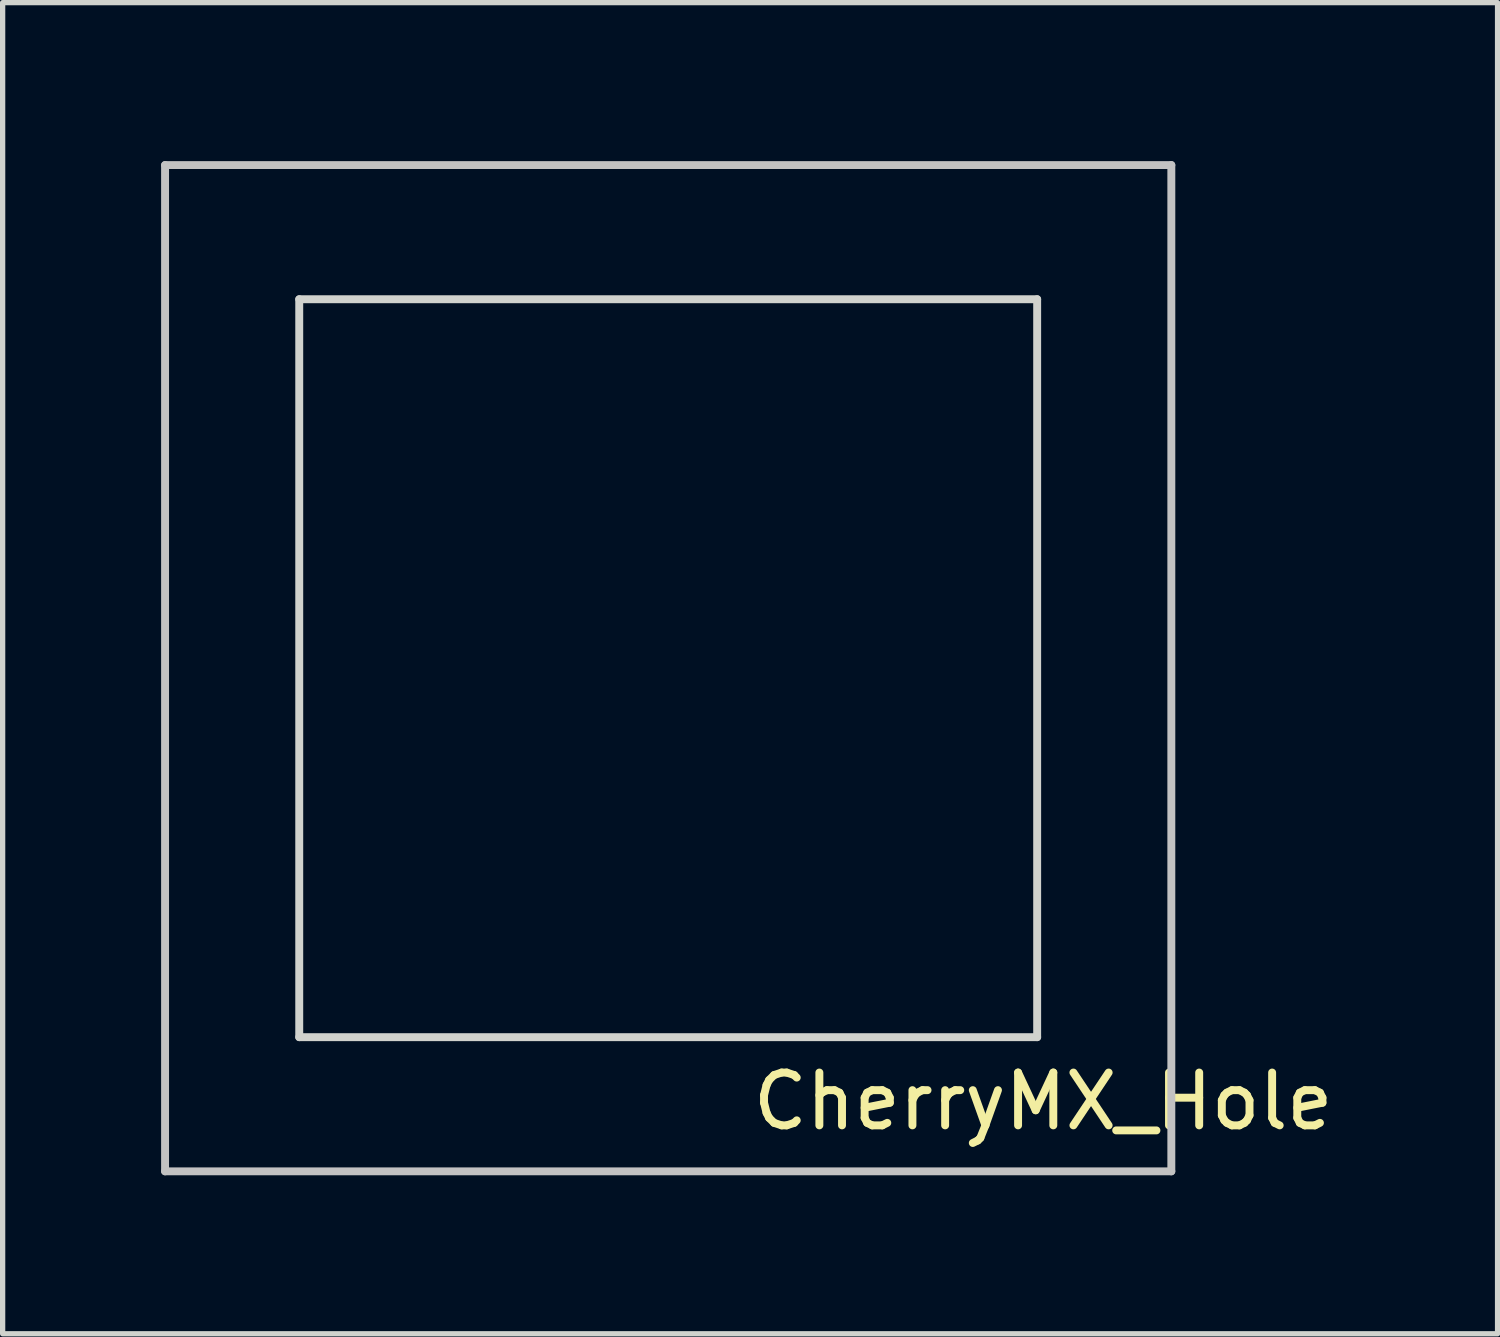
<source format=kicad_pcb>
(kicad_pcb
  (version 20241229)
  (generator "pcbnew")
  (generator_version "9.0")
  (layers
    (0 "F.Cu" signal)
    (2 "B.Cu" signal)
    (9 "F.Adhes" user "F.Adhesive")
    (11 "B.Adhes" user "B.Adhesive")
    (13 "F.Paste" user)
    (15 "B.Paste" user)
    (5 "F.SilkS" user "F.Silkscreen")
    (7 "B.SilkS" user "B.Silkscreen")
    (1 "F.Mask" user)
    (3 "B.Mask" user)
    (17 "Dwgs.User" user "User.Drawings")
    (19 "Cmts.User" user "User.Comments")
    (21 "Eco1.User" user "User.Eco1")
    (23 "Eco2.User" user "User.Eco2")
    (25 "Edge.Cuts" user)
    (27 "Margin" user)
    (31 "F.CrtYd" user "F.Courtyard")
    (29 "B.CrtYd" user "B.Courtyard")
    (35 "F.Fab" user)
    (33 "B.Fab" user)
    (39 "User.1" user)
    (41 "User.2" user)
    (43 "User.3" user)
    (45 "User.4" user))
  (footprint "CherryMX_Hole"
    (layer "F.Cu")
    (at 9.6 9.6)
    (property "Reference" "CherryMX_Hole" (at 7.1 8.2 0) (layer "F.SilkS") (effects (font (size 1 1) (thickness 0.15))))
    (attr through_hole)
    (fp_line (start -9.525 -9.525) (end 9.525 -9.525) (stroke (width 0.15) (type solid)) (layer "Dwgs.User"))
    (fp_line (start -9.525 9.525) (end -9.525 -9.525) (stroke (width 0.15) (type solid)) (layer "Dwgs.User"))
    (fp_line (start 9.525 -9.525) (end 9.525 9.525) (stroke (width 0.15) (type solid)) (layer "Dwgs.User"))
    (fp_line (start 9.525 9.525) (end -9.525 9.525) (stroke (width 0.15) (type solid)) (layer "Dwgs.User"))
    (fp_line (start -6.985 6.985) (end -6.985 -6.985) (stroke (width 0.15) (type solid)) (layer "Edge.Cuts"))
    (fp_line (start -6.985 6.985) (end 6.985 6.985) (stroke (width 0.15) (type solid)) (layer "Edge.Cuts"))
    (fp_line (start 6.985 -6.985) (end -6.985 -6.985) (stroke (width 0.15) (type solid)) (layer "Edge.Cuts"))
    (fp_line (start 6.985 6.985) (end 6.985 -6.985) (stroke (width 0.15) (type solid)) (layer "Edge.Cuts")))
  (gr_rect
    (start -3 -3)
    (end 25.301 22.2)
    (stroke (width 0.1) (type default))
    (fill no)
    (layer "Edge.Cuts")))
</source>
